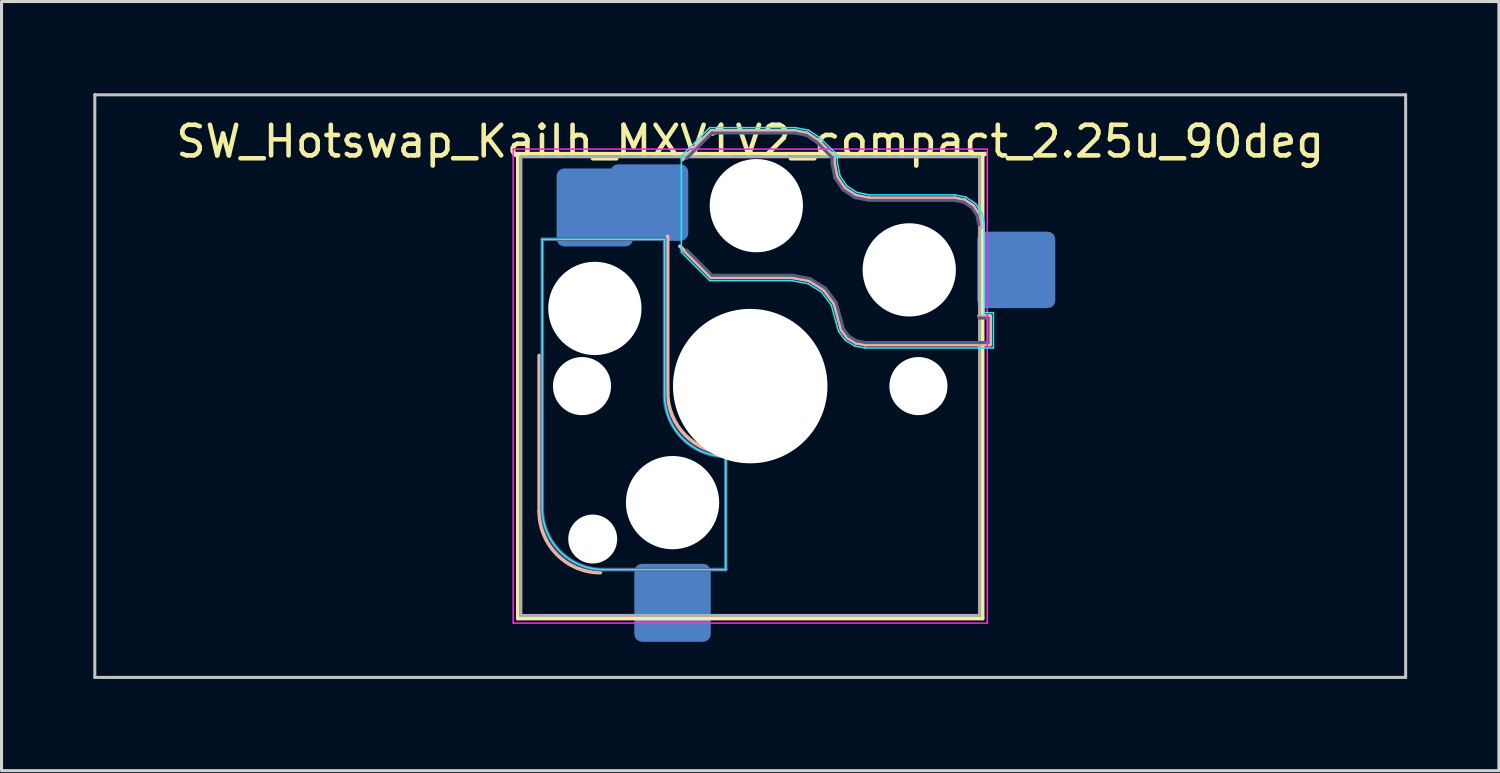
<source format=kicad_pcb>
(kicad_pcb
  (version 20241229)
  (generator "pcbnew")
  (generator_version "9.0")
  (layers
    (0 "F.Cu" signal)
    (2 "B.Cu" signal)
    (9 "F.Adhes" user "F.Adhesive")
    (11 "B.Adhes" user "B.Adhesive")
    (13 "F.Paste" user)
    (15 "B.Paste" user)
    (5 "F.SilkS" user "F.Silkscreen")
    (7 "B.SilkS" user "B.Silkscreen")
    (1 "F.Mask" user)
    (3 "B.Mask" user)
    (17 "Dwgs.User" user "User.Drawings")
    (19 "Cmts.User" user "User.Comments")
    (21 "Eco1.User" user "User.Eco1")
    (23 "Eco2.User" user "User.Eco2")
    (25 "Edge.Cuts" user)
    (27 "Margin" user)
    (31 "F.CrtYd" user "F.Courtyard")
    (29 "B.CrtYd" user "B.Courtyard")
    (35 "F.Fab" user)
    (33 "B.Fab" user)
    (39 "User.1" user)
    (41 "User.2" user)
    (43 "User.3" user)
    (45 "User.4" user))
  (footprint "SW_Hotswap_Kailh_MXV1V2_compact_2.25u_90deg"
    (layer "F.Cu")
    (at 21.481 9.575)
    (property "Reference" "SW_Hotswap_Kailh_MXV1V2_compact_2.25u_90deg" (at 0 -8 0) (layer "F.SilkS") (effects (font (size 1 1) (thickness 0.15))))
    (attr smd)
    (fp_line (start -7.6 -7.6) (end -7.6 7.6) (stroke (width 0.12) (type solid)) (layer "F.SilkS"))
    (fp_line (start -7.6 7.6) (end 7.6 7.6) (stroke (width 0.12) (type solid)) (layer "F.SilkS"))
    (fp_line (start 7.6 -7.6) (end -7.6 -7.6) (stroke (width 0.12) (type solid)) (layer "F.SilkS"))
    (fp_line (start 7.6 7.6) (end 7.6 -7.6) (stroke (width 0.12) (type solid)) (layer "F.SilkS"))
    (fp_line (start -6.9 4.1) (end -6.9 -1) (stroke (width 0.12) (type solid)) (layer "B.SilkS"))
    (fp_line (start -2.7 0.2) (end -2.7 -4.9) (stroke (width 0.12) (type solid)) (layer "B.SilkS"))
    (fp_line (start -2.216 -7.409) (end -1.279 -8.346) (stroke (width 0.12) (type solid)) (layer "B.SilkS"))
    (fp_line (start -1.279 -8.346) (end 1.468 -8.346) (stroke (width 0.12) (type solid)) (layer "B.SilkS"))
    (fp_line (start -1.279 -3.554) (end -2.3 -4.575) (stroke (width 0.12) (type solid)) (layer "B.SilkS"))
    (fp_line (start 1.368 -3.554) (end -1.279 -3.554) (stroke (width 0.12) (type solid)) (layer "B.SilkS"))
    (fp_line (start 1.468 -8.346) (end 1.871 -8.266) (stroke (width 0.12) (type solid)) (layer "B.SilkS"))
    (fp_line (start 1.871 -8.266) (end 2.213 -8.037) (stroke (width 0.12) (type solid)) (layer "B.SilkS"))
    (fp_line (start 1.93 -3.449) (end 1.368 -3.554) (stroke (width 0.12) (type solid)) (layer "B.SilkS"))
    (fp_line (start 2.213 -8.037) (end 2.746 -7.504) (stroke (width 0.12) (type solid)) (layer "B.SilkS"))
    (fp_line (start 2.409 -3.15) (end 1.93 -3.449) (stroke (width 0.12) (type solid)) (layer "B.SilkS"))
    (fp_line (start 2.746 -7.504) (end 2.746 -7.282) (stroke (width 0.12) (type solid)) (layer "B.SilkS"))
    (fp_line (start 2.746 -7.282) (end 2.833 -6.844) (stroke (width 0.12) (type solid)) (layer "B.SilkS"))
    (fp_line (start 2.747 -2.697) (end 2.409 -3.15) (stroke (width 0.12) (type solid)) (layer "B.SilkS"))
    (fp_line (start 2.833 -6.844) (end 3.077 -6.477) (stroke (width 0.12) (type solid)) (layer "B.SilkS"))
    (fp_line (start 2.901 -2.139) (end 2.747 -2.697) (stroke (width 0.12) (type solid)) (layer "B.SilkS"))
    (fp_line (start 2.983 -1.841) (end 2.901 -2.139) (stroke (width 0.12) (type solid)) (layer "B.SilkS"))
    (fp_line (start 3.077 -6.477) (end 3.444 -6.233) (stroke (width 0.12) (type solid)) (layer "B.SilkS"))
    (fp_line (start 3.176 -1.583) (end 2.983 -1.841) (stroke (width 0.12) (type solid)) (layer "B.SilkS"))
    (fp_line (start 3.444 -6.233) (end 3.882 -6.146) (stroke (width 0.12) (type solid)) (layer "B.SilkS"))
    (fp_line (start 3.45 -1.413) (end 3.176 -1.583) (stroke (width 0.12) (type solid)) (layer "B.SilkS"))
    (fp_line (start 3.76 -1.354) (end 3.45 -1.413) (stroke (width 0.12) (type solid)) (layer "B.SilkS"))
    (fp_line (start 3.882 -6.146) (end 6.682 -6.146) (stroke (width 0.12) (type solid)) (layer "B.SilkS"))
    (fp_line (start 6.682 -6.146) (end 7.009 -6.081) (stroke (width 0.12) (type solid)) (layer "B.SilkS"))
    (fp_line (start 7.009 -6.081) (end 7.292 -5.892) (stroke (width 0.12) (type solid)) (layer "B.SilkS"))
    (fp_line (start 7.292 -5.892) (end 7.481 -5.609) (stroke (width 0.12) (type solid)) (layer "B.SilkS"))
    (fp_line (start 7.481 -5.609) (end 7.566 -5.182) (stroke (width 0.12) (type solid)) (layer "B.SilkS"))
    (fp_line (start 7.483 -2.296) (end 7.846 -2.296) (stroke (width 0.12) (type solid)) (layer "B.SilkS"))
    (fp_line (start 7.846 -2.296) (end 7.846 -1.354) (stroke (width 0.12) (type solid)) (layer "B.SilkS"))
    (fp_line (start 7.846 -1.354) (end 3.76 -1.354) (stroke (width 0.12) (type solid)) (layer "B.SilkS"))
    (fp_arc (start -4.9 6.1) (mid -6.314214 5.514214) (end -6.9 4.1) (stroke (width 0.12) (type solid)) (layer "B.SilkS"))
    (fp_arc (start -0.7 2.2) (mid -2.114214 1.614214) (end -2.7 0.2) (stroke (width 0.12) (type solid)) (layer "B.SilkS"))
    (fp_line (start -21.431 -9.525) (end -21.431 9.525) (stroke (width 0.1) (type solid)) (layer "Dwgs.User"))
    (fp_line (start -21.431 9.525) (end 21.431 9.525) (stroke (width 0.1) (type solid)) (layer "Dwgs.User"))
    (fp_line (start 21.431 -9.525) (end -21.431 -9.525) (stroke (width 0.1) (type solid)) (layer "Dwgs.User"))
    (fp_line (start 21.431 9.525) (end 21.431 -9.525) (stroke (width 0.1) (type solid)) (layer "Dwgs.User"))
    (fp_line (start -6.8 -4.8) (end -2.8 -4.8) (stroke (width 0.05) (type solid)) (layer "B.CrtYd"))
    (fp_line (start -6.8 4) (end -6.8 -4.8) (stroke (width 0.05) (type solid)) (layer "B.CrtYd"))
    (fp_line (start -2.8 0.3) (end -2.8 -4.8) (stroke (width 0.05) (type solid)) (layer "B.CrtYd"))
    (fp_line (start -2.252 -7.523) (end -1.323 -8.452) (stroke (width 0.05) (type solid)) (layer "B.CrtYd"))
    (fp_line (start -2.252 -4.377) (end -2.252 -7.523) (stroke (width 0.05) (type solid)) (layer "B.CrtYd"))
    (fp_line (start -1.323 -8.452) (end 1.478 -8.452) (stroke (width 0.05) (type solid)) (layer "B.CrtYd"))
    (fp_line (start -1.323 -3.448) (end -2.252 -4.377) (stroke (width 0.05) (type solid)) (layer "B.CrtYd"))
    (fp_line (start -0.8 6) (end -4.8 6) (stroke (width 0.05) (type solid)) (layer "B.CrtYd"))
    (fp_line (start -0.8 6) (end -0.8 2.3) (stroke (width 0.05) (type solid)) (layer "B.CrtYd"))
    (fp_line (start 1.359 -3.448) (end -1.323 -3.448) (stroke (width 0.05) (type solid)) (layer "B.CrtYd"))
    (fp_line (start 1.478 -8.452) (end 1.912 -8.366) (stroke (width 0.05) (type solid)) (layer "B.CrtYd"))
    (fp_line (start 1.891 -3.348) (end 1.359 -3.448) (stroke (width 0.05) (type solid)) (layer "B.CrtYd"))
    (fp_line (start 1.912 -8.366) (end 2.281 -8.119) (stroke (width 0.05) (type solid)) (layer "B.CrtYd"))
    (fp_line (start 2.281 -8.119) (end 2.852 -7.548) (stroke (width 0.05) (type solid)) (layer "B.CrtYd"))
    (fp_line (start 2.336 -3.071) (end 1.891 -3.348) (stroke (width 0.05) (type solid)) (layer "B.CrtYd"))
    (fp_line (start 2.65 -2.65) (end 2.336 -3.071) (stroke (width 0.05) (type solid)) (layer "B.CrtYd"))
    (fp_line (start 2.799 -2.111) (end 2.65 -2.65) (stroke (width 0.05) (type solid)) (layer "B.CrtYd"))
    (fp_line (start 2.852 -7.548) (end 2.852 -7.292) (stroke (width 0.05) (type solid)) (layer "B.CrtYd"))
    (fp_line (start 2.852 -7.292) (end 2.933 -6.885) (stroke (width 0.05) (type solid)) (layer "B.CrtYd"))
    (fp_line (start 2.887 -1.794) (end 2.799 -2.111) (stroke (width 0.05) (type solid)) (layer "B.CrtYd"))
    (fp_line (start 2.933 -6.885) (end 3.153 -6.553) (stroke (width 0.05) (type solid)) (layer "B.CrtYd"))
    (fp_line (start 3.103 -1.503) (end 2.887 -1.794) (stroke (width 0.05) (type solid)) (layer "B.CrtYd"))
    (fp_line (start 3.153 -6.553) (end 3.485 -6.333) (stroke (width 0.05) (type solid)) (layer "B.CrtYd"))
    (fp_line (start 3.411 -1.312) (end 3.103 -1.503) (stroke (width 0.05) (type solid)) (layer "B.CrtYd"))
    (fp_line (start 3.485 -6.333) (end 3.892 -6.252) (stroke (width 0.05) (type solid)) (layer "B.CrtYd"))
    (fp_line (start 3.75 -1.248) (end 3.411 -1.312) (stroke (width 0.05) (type solid)) (layer "B.CrtYd"))
    (fp_line (start 3.892 -6.252) (end 6.692 -6.252) (stroke (width 0.05) (type solid)) (layer "B.CrtYd"))
    (fp_line (start 6.692 -6.252) (end 7.05 -6.181) (stroke (width 0.05) (type solid)) (layer "B.CrtYd"))
    (fp_line (start 7.05 -6.181) (end 7.368 -5.968) (stroke (width 0.05) (type solid)) (layer "B.CrtYd"))
    (fp_line (start 7.368 -5.968) (end 7.581 -5.65) (stroke (width 0.05) (type solid)) (layer "B.CrtYd"))
    (fp_line (start 7.581 -5.65) (end 7.652 -5.292) (stroke (width 0.05) (type solid)) (layer "B.CrtYd"))
    (fp_line (start 7.652 -5.292) (end 7.652 -2.402) (stroke (width 0.05) (type solid)) (layer "B.CrtYd"))
    (fp_line (start 7.652 -2.402) (end 7.952 -2.402) (stroke (width 0.05) (type solid)) (layer "B.CrtYd"))
    (fp_line (start 7.952 -2.402) (end 7.952 -1.248) (stroke (width 0.05) (type solid)) (layer "B.CrtYd"))
    (fp_line (start 7.952 -1.248) (end 3.75 -1.248) (stroke (width 0.05) (type solid)) (layer "B.CrtYd"))
    (fp_arc (start -4.8 6) (mid -6.214214 5.414214) (end -6.8 4) (stroke (width 0.05) (type solid)) (layer "B.CrtYd"))
    (fp_arc (start -0.8 2.3) (mid -2.214214 1.714214) (end -2.8 0.3) (stroke (width 0.05) (type solid)) (layer "B.CrtYd"))
    (fp_line (start -7.75 -7.75) (end -7.75 7.75) (stroke (width 0.05) (type solid)) (layer "F.CrtYd"))
    (fp_line (start -7.75 7.75) (end 7.75 7.75) (stroke (width 0.05) (type solid)) (layer "F.CrtYd"))
    (fp_line (start 7.75 -7.75) (end -7.75 -7.75) (stroke (width 0.05) (type solid)) (layer "F.CrtYd"))
    (fp_line (start 7.75 7.75) (end 7.75 -7.75) (stroke (width 0.05) (type solid)) (layer "F.CrtYd"))
    (fp_line (start -6.8 -4.8) (end -2.8 -4.8) (stroke (width 0.12) (type solid)) (layer "B.Fab"))
    (fp_line (start -6.8 4) (end -6.8 -4.8) (stroke (width 0.12) (type solid)) (layer "B.Fab"))
    (fp_line (start -2.8 0.3) (end -2.8 -4.8) (stroke (width 0.12) (type solid)) (layer "B.Fab"))
    (fp_line (start -2.075 -7.45) (end -1.25 -8.275) (stroke (width 0.1) (type solid)) (layer "B.Fab"))
    (fp_line (start -1.25 -8.275) (end 1.461 -8.275) (stroke (width 0.1) (type solid)) (layer "B.Fab"))
    (fp_line (start -1.25 -3.625) (end -2.075 -4.45) (stroke (width 0.1) (type solid)) (layer "B.Fab"))
    (fp_line (start -0.8 6) (end -4.8 6) (stroke (width 0.12) (type solid)) (layer "B.Fab"))
    (fp_line (start -0.8 6) (end -0.8 2.3) (stroke (width 0.12) (type solid)) (layer "B.Fab"))
    (fp_line (start 1.375 -3.625) (end -1.25 -3.625) (stroke (width 0.1) (type solid)) (layer "B.Fab"))
    (fp_line (start 1.461 -8.275) (end 1.843 -8.199) (stroke (width 0.1) (type solid)) (layer "B.Fab"))
    (fp_line (start 1.843 -8.199) (end 2.168 -7.982) (stroke (width 0.1) (type solid)) (layer "B.Fab"))
    (fp_line (start 1.956 -3.516) (end 1.375 -3.625) (stroke (width 0.1) (type solid)) (layer "B.Fab"))
    (fp_line (start 2.168 -7.982) (end 2.675 -7.475) (stroke (width 0.1) (type solid)) (layer "B.Fab"))
    (fp_line (start 2.458 -3.203) (end 1.956 -3.516) (stroke (width 0.1) (type solid)) (layer "B.Fab"))
    (fp_line (start 2.675 -7.475) (end 2.675 -7.275) (stroke (width 0.1) (type solid)) (layer "B.Fab"))
    (fp_line (start 2.675 -7.275) (end 2.766 -6.816) (stroke (width 0.1) (type solid)) (layer "B.Fab"))
    (fp_line (start 2.766 -6.816) (end 3.026 -6.426) (stroke (width 0.1) (type solid)) (layer "B.Fab"))
    (fp_line (start 2.812 -2.729) (end 2.458 -3.203) (stroke (width 0.1) (type solid)) (layer "B.Fab"))
    (fp_line (start 2.969 -2.158) (end 2.812 -2.729) (stroke (width 0.1) (type solid)) (layer "B.Fab"))
    (fp_line (start 3.026 -6.426) (end 3.416 -6.166) (stroke (width 0.1) (type solid)) (layer "B.Fab"))
    (fp_line (start 3.048 -1.873) (end 2.969 -2.158) (stroke (width 0.1) (type solid)) (layer "B.Fab"))
    (fp_line (start 3.225 -1.636) (end 3.048 -1.873) (stroke (width 0.1) (type solid)) (layer "B.Fab"))
    (fp_line (start 3.416 -6.166) (end 3.875 -6.075) (stroke (width 0.1) (type solid)) (layer "B.Fab"))
    (fp_line (start 3.476 -1.48) (end 3.225 -1.636) (stroke (width 0.1) (type solid)) (layer "B.Fab"))
    (fp_line (start 3.767 -1.425) (end 3.476 -1.48) (stroke (width 0.1) (type solid)) (layer "B.Fab"))
    (fp_line (start 3.875 -6.075) (end 6.675 -6.075) (stroke (width 0.1) (type solid)) (layer "B.Fab"))
    (fp_line (start 6.675 -6.075) (end 6.981 -6.014) (stroke (width 0.1) (type solid)) (layer "B.Fab"))
    (fp_line (start 6.981 -6.014) (end 7.241 -5.841) (stroke (width 0.1) (type solid)) (layer "B.Fab"))
    (fp_line (start 7.241 -5.841) (end 7.414 -5.581) (stroke (width 0.1) (type solid)) (layer "B.Fab"))
    (fp_line (start 7.414 -5.581) (end 7.475 -5.275) (stroke (width 0.1) (type solid)) (layer "B.Fab"))
    (fp_line (start 7.475 -2.225) (end 7.775 -2.225) (stroke (width 0.1) (type solid)) (layer "B.Fab"))
    (fp_line (start 7.775 -2.225) (end 7.775 -1.425) (stroke (width 0.1) (type solid)) (layer "B.Fab"))
    (fp_line (start 7.775 -1.425) (end 3.767 -1.425) (stroke (width 0.1) (type solid)) (layer "B.Fab"))
    (fp_arc (start -4.8 6) (mid -6.214214 5.414214) (end -6.8 4) (stroke (width 0.12) (type solid)) (layer "B.Fab"))
    (fp_arc (start -0.8 2.3) (mid -2.214214 1.714214) (end -2.8 0.3) (stroke (width 0.12) (type solid)) (layer "B.Fab"))
    (fp_line (start -7.5 -7.5) (end -7.5 7.5) (stroke (width 0.1) (type solid)) (layer "F.Fab"))
    (fp_line (start -7.5 7.5) (end 7.5 7.5) (stroke (width 0.1) (type solid)) (layer "F.Fab"))
    (fp_line (start 7.5 -7.5) (end -7.5 -7.5) (stroke (width 0.1) (type solid)) (layer "F.Fab"))
    (fp_line (start 7.5 7.5) (end 7.5 -7.5) (stroke (width 0.1) (type solid)) (layer "F.Fab"))
    (pad "" np_thru_hole circle (at -5.5 0) (size 1.9 1.9) (drill 1.9) (layers "*.Cu" "*.Mask"))
    (pad "" np_thru_hole circle (at -5.15 5 90) (size 1.6 1.6) (drill 1.6) (layers "*.Cu" "*.Mask"))
    (pad "" np_thru_hole circle (at -5.08 -2.54 90) (size 3.05 3.05) (drill 3.05) (layers "*.Cu" "*.Mask"))
    (pad "" np_thru_hole circle (at -2.54 3.81 90) (size 3.05 3.05) (drill 3.05) (layers "*.Cu" "*.Mask"))
    (pad "" np_thru_hole circle (at 0 0) (size 5.05 5.05) (drill 5.05) (layers "*.Cu" "*.Mask"))
    (pad "" np_thru_hole circle (at 0.2 -5.9) (size 3.05 3.05) (drill 3.05) (layers "*.Cu" "*.Mask"))
    (pad "" np_thru_hole circle (at 5.2 -3.8) (size 3.05 3.05) (drill 3.05) (layers "*.Cu" "*.Mask"))
    (pad "" np_thru_hole circle (at 5.5 0) (size 1.9 1.9) (drill 1.9) (layers "*.Cu" "*.Mask"))
    (pad "1" smd roundrect (at -5.08 -5.842 90) (size 2.55 2.5) (layers "B.Cu" "B.Mask" "B.Paste") (roundrect_rratio 0.1))
    (pad "1" smd roundrect (at -3.3 -6) (size 2.55 2.5) (layers "B.Cu" "B.Mask" "B.Paste") (roundrect_rratio 0.1))
    (pad "2" smd roundrect (at -2.54 7.085 90) (size 2.55 2.5) (layers "B.Cu" "B.Mask" "B.Paste") (roundrect_rratio 0.1))
    (pad "2" smd roundrect (at 8.7 -3.8) (size 2.55 2.5) (layers "B.Cu" "B.Mask" "B.Paste") (roundrect_rratio 0.1)))
  (gr_rect
    (start -3 -3)
    (end 45.962 22.15)
    (stroke (width 0.1) (type default))
    (fill no)
    (layer "Edge.Cuts")))
</source>
